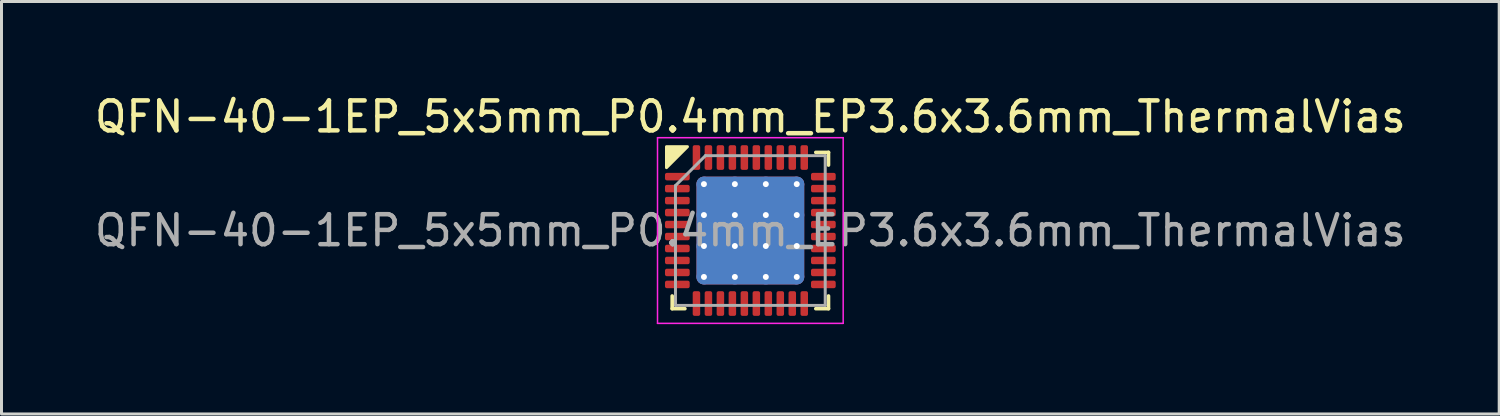
<source format=kicad_pcb>
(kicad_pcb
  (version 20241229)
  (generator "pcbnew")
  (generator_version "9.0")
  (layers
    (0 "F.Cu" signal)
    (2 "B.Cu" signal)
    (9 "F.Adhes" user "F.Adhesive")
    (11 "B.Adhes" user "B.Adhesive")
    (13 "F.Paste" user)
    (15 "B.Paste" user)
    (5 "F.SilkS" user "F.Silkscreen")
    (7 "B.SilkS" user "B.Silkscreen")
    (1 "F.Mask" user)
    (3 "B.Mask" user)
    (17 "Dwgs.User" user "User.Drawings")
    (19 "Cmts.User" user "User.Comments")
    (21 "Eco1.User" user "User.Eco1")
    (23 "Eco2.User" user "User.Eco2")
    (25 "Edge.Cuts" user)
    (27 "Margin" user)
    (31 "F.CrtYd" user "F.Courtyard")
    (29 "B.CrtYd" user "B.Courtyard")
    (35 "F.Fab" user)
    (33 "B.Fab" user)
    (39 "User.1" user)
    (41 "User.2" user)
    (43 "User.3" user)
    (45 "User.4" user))
  (footprint "QFN-40-1EP_5x5mm_P0.4mm_EP3.6x3.6mm_ThermalVias"
    (layer "F.Cu")
    (at 22.006 4.648)
    (property "Reference" "QFN-40-1EP_5x5mm_P0.4mm_EP3.6x3.6mm_ThermalVias" (at 0 -3.8 0) (layer "F.SilkS") (effects (font (size 1 1) (thickness 0.15))))
    (attr smd)
    (fp_line (start -2.61 2.61) (end -2.61 2.185) (stroke (width 0.12) (type solid)) (layer "F.SilkS"))
    (fp_line (start -2.185 2.61) (end -2.61 2.61) (stroke (width 0.12) (type solid)) (layer "F.SilkS"))
    (fp_line (start 2.185 -2.61) (end 2.61 -2.61) (stroke (width 0.12) (type solid)) (layer "F.SilkS"))
    (fp_line (start 2.185 2.61) (end 2.61 2.61) (stroke (width 0.12) (type solid)) (layer "F.SilkS"))
    (fp_line (start 2.61 -2.61) (end 2.61 -2.185) (stroke (width 0.12) (type solid)) (layer "F.SilkS"))
    (fp_line (start 2.61 2.61) (end 2.61 2.185) (stroke (width 0.12) (type solid)) (layer "F.SilkS"))
    (fp_poly (pts (xy -2.8 -2.1) (xy -2.8 -2.8) (xy -2.1 -2.8)) (stroke (width 0.1) (type solid)) (fill yes) (layer "F.SilkS"))
    (fp_line (start -3.1 -3.1) (end -3.1 3.1) (stroke (width 0.05) (type solid)) (layer "F.CrtYd"))
    (fp_line (start -3.1 3.1) (end 3.1 3.1) (stroke (width 0.05) (type solid)) (layer "F.CrtYd"))
    (fp_line (start 3.1 -3.1) (end -3.1 -3.1) (stroke (width 0.05) (type solid)) (layer "F.CrtYd"))
    (fp_line (start 3.1 3.1) (end 3.1 -3.1) (stroke (width 0.05) (type solid)) (layer "F.CrtYd"))
    (fp_line (start -2.5 -1.5) (end -1.5 -2.5) (stroke (width 0.1) (type solid)) (layer "F.Fab"))
    (fp_line (start -2.5 2.5) (end -2.5 -1.5) (stroke (width 0.1) (type solid)) (layer "F.Fab"))
    (fp_line (start -1.5 -2.5) (end 2.5 -2.5) (stroke (width 0.1) (type solid)) (layer "F.Fab"))
    (fp_line (start 2.5 -2.5) (end 2.5 2.5) (stroke (width 0.1) (type solid)) (layer "F.Fab"))
    (fp_line (start 2.5 2.5) (end -2.5 2.5) (stroke (width 0.1) (type solid)) (layer "F.Fab"))
    (fp_text user "${REFERENCE}" (at 0 0 0) (layer "F.Fab") (effects (font (size 1 1) (thickness 0.15))))
    (pad "" smd custom (at -1.033 -1.033) (size 0.803 0.803) (layers "F.Paste") (options (anchor circle)) (primitives (gr_poly (pts (xy -0.338 -0.233) (xy -0.233 -0.338) (xy 0.233 -0.338) (xy 0.338 -0.233) (xy 0.338 0.233) (xy 0.233 0.338) (xy -0.233 0.338) (xy -0.338 0.233)) (width 0.253) (fill yes))))
    (pad "" smd custom (at -1.033 0) (size 0.803 0.803) (layers "F.Paste") (options (anchor circle)) (primitives (gr_poly (pts (xy -0.338 -0.233) (xy -0.233 -0.338) (xy 0.233 -0.338) (xy 0.338 -0.233) (xy 0.338 0.233) (xy 0.233 0.338) (xy -0.233 0.338) (xy -0.338 0.233)) (width 0.253) (fill yes))))
    (pad "" smd custom (at -1.033 1.033) (size 0.803 0.803) (layers "F.Paste") (options (anchor circle)) (primitives (gr_poly (pts (xy -0.338 -0.233) (xy -0.233 -0.338) (xy 0.233 -0.338) (xy 0.338 -0.233) (xy 0.338 0.233) (xy 0.233 0.338) (xy -0.233 0.338) (xy -0.338 0.233)) (width 0.253) (fill yes))))
    (pad "" smd custom (at 0 -1.033) (size 0.803 0.803) (layers "F.Paste") (options (anchor circle)) (primitives (gr_poly (pts (xy -0.338 -0.233) (xy -0.233 -0.338) (xy 0.233 -0.338) (xy 0.338 -0.233) (xy 0.338 0.233) (xy 0.233 0.338) (xy -0.233 0.338) (xy -0.338 0.233)) (width 0.253) (fill yes))))
    (pad "" smd custom (at 0 0) (size 0.803 0.803) (layers "F.Paste") (options (anchor circle)) (primitives (gr_poly (pts (xy -0.338 -0.233) (xy -0.233 -0.338) (xy 0.233 -0.338) (xy 0.338 -0.233) (xy 0.338 0.233) (xy 0.233 0.338) (xy -0.233 0.338) (xy -0.338 0.233)) (width 0.253) (fill yes))))
    (pad "" smd custom (at 0 1.033) (size 0.803 0.803) (layers "F.Paste") (options (anchor circle)) (primitives (gr_poly (pts (xy -0.338 -0.233) (xy -0.233 -0.338) (xy 0.233 -0.338) (xy 0.338 -0.233) (xy 0.338 0.233) (xy 0.233 0.338) (xy -0.233 0.338) (xy -0.338 0.233)) (width 0.253) (fill yes))))
    (pad "" smd custom (at 1.033 -1.033) (size 0.803 0.803) (layers "F.Paste") (options (anchor circle)) (primitives (gr_poly (pts (xy -0.338 -0.233) (xy -0.233 -0.338) (xy 0.233 -0.338) (xy 0.338 -0.233) (xy 0.338 0.233) (xy 0.233 0.338) (xy -0.233 0.338) (xy -0.338 0.233)) (width 0.253) (fill yes))))
    (pad "" smd custom (at 1.033 0) (size 0.803 0.803) (layers "F.Paste") (options (anchor circle)) (primitives (gr_poly (pts (xy -0.338 -0.233) (xy -0.233 -0.338) (xy 0.233 -0.338) (xy 0.338 -0.233) (xy 0.338 0.233) (xy 0.233 0.338) (xy -0.233 0.338) (xy -0.338 0.233)) (width 0.253) (fill yes))))
    (pad "" smd custom (at 1.033 1.033) (size 0.803 0.803) (layers "F.Paste") (options (anchor circle)) (primitives (gr_poly (pts (xy -0.338 -0.233) (xy -0.233 -0.338) (xy 0.233 -0.338) (xy 0.338 -0.233) (xy 0.338 0.233) (xy 0.233 0.338) (xy -0.233 0.338) (xy -0.338 0.233)) (width 0.253) (fill yes))))
    (pad "1" smd roundrect (at -2.438 -1.8) (size 0.825 0.25) (layers "F.Cu" "F.Mask" "F.Paste") (roundrect_rratio 0.25))
    (pad "2" smd roundrect (at -2.438 -1.4) (size 0.825 0.25) (layers "F.Cu" "F.Mask" "F.Paste") (roundrect_rratio 0.25))
    (pad "3" smd roundrect (at -2.438 -1) (size 0.825 0.25) (layers "F.Cu" "F.Mask" "F.Paste") (roundrect_rratio 0.25))
    (pad "4" smd roundrect (at -2.438 -0.6) (size 0.825 0.25) (layers "F.Cu" "F.Mask" "F.Paste") (roundrect_rratio 0.25))
    (pad "5" smd roundrect (at -2.438 -0.2) (size 0.825 0.25) (layers "F.Cu" "F.Mask" "F.Paste") (roundrect_rratio 0.25))
    (pad "6" smd roundrect (at -2.438 0.2) (size 0.825 0.25) (layers "F.Cu" "F.Mask" "F.Paste") (roundrect_rratio 0.25))
    (pad "7" smd roundrect (at -2.438 0.6) (size 0.825 0.25) (layers "F.Cu" "F.Mask" "F.Paste") (roundrect_rratio 0.25))
    (pad "8" smd roundrect (at -2.438 1) (size 0.825 0.25) (layers "F.Cu" "F.Mask" "F.Paste") (roundrect_rratio 0.25))
    (pad "9" smd roundrect (at -2.438 1.4) (size 0.825 0.25) (layers "F.Cu" "F.Mask" "F.Paste") (roundrect_rratio 0.25))
    (pad "10" smd roundrect (at -2.438 1.8) (size 0.825 0.25) (layers "F.Cu" "F.Mask" "F.Paste") (roundrect_rratio 0.25))
    (pad "11" smd roundrect (at -1.8 2.438) (size 0.25 0.825) (layers "F.Cu" "F.Mask" "F.Paste") (roundrect_rratio 0.25))
    (pad "12" smd roundrect (at -1.4 2.438) (size 0.25 0.825) (layers "F.Cu" "F.Mask" "F.Paste") (roundrect_rratio 0.25))
    (pad "13" smd roundrect (at -1 2.438) (size 0.25 0.825) (layers "F.Cu" "F.Mask" "F.Paste") (roundrect_rratio 0.25))
    (pad "14" smd roundrect (at -0.6 2.438) (size 0.25 0.825) (layers "F.Cu" "F.Mask" "F.Paste") (roundrect_rratio 0.25))
    (pad "15" smd roundrect (at -0.2 2.438) (size 0.25 0.825) (layers "F.Cu" "F.Mask" "F.Paste") (roundrect_rratio 0.25))
    (pad "16" smd roundrect (at 0.2 2.438) (size 0.25 0.825) (layers "F.Cu" "F.Mask" "F.Paste") (roundrect_rratio 0.25))
    (pad "17" smd roundrect (at 0.6 2.438) (size 0.25 0.825) (layers "F.Cu" "F.Mask" "F.Paste") (roundrect_rratio 0.25))
    (pad "18" smd roundrect (at 1 2.438) (size 0.25 0.825) (layers "F.Cu" "F.Mask" "F.Paste") (roundrect_rratio 0.25))
    (pad "19" smd roundrect (at 1.4 2.438) (size 0.25 0.825) (layers "F.Cu" "F.Mask" "F.Paste") (roundrect_rratio 0.25))
    (pad "20" smd roundrect (at 1.8 2.438) (size 0.25 0.825) (layers "F.Cu" "F.Mask" "F.Paste") (roundrect_rratio 0.25))
    (pad "21" smd roundrect (at 2.438 1.8) (size 0.825 0.25) (layers "F.Cu" "F.Mask" "F.Paste") (roundrect_rratio 0.25))
    (pad "22" smd roundrect (at 2.438 1.4) (size 0.825 0.25) (layers "F.Cu" "F.Mask" "F.Paste") (roundrect_rratio 0.25))
    (pad "23" smd roundrect (at 2.438 1) (size 0.825 0.25) (layers "F.Cu" "F.Mask" "F.Paste") (roundrect_rratio 0.25))
    (pad "24" smd roundrect (at 2.438 0.6) (size 0.825 0.25) (layers "F.Cu" "F.Mask" "F.Paste") (roundrect_rratio 0.25))
    (pad "25" smd roundrect (at 2.438 0.2) (size 0.825 0.25) (layers "F.Cu" "F.Mask" "F.Paste") (roundrect_rratio 0.25))
    (pad "26" smd roundrect (at 2.438 -0.2) (size 0.825 0.25) (layers "F.Cu" "F.Mask" "F.Paste") (roundrect_rratio 0.25))
    (pad "27" smd roundrect (at 2.438 -0.6) (size 0.825 0.25) (layers "F.Cu" "F.Mask" "F.Paste") (roundrect_rratio 0.25))
    (pad "28" smd roundrect (at 2.438 -1) (size 0.825 0.25) (layers "F.Cu" "F.Mask" "F.Paste") (roundrect_rratio 0.25))
    (pad "29" smd roundrect (at 2.438 -1.4) (size 0.825 0.25) (layers "F.Cu" "F.Mask" "F.Paste") (roundrect_rratio 0.25))
    (pad "30" smd roundrect (at 2.438 -1.8) (size 0.825 0.25) (layers "F.Cu" "F.Mask" "F.Paste") (roundrect_rratio 0.25))
    (pad "31" smd roundrect (at 1.8 -2.438) (size 0.25 0.825) (layers "F.Cu" "F.Mask" "F.Paste") (roundrect_rratio 0.25))
    (pad "32" smd roundrect (at 1.4 -2.438) (size 0.25 0.825) (layers "F.Cu" "F.Mask" "F.Paste") (roundrect_rratio 0.25))
    (pad "33" smd roundrect (at 1 -2.438) (size 0.25 0.825) (layers "F.Cu" "F.Mask" "F.Paste") (roundrect_rratio 0.25))
    (pad "34" smd roundrect (at 0.6 -2.438) (size 0.25 0.825) (layers "F.Cu" "F.Mask" "F.Paste") (roundrect_rratio 0.25))
    (pad "35" smd roundrect (at 0.2 -2.438) (size 0.25 0.825) (layers "F.Cu" "F.Mask" "F.Paste") (roundrect_rratio 0.25))
    (pad "36" smd roundrect (at -0.2 -2.438) (size 0.25 0.825) (layers "F.Cu" "F.Mask" "F.Paste") (roundrect_rratio 0.25))
    (pad "37" smd roundrect (at -0.6 -2.438) (size 0.25 0.825) (layers "F.Cu" "F.Mask" "F.Paste") (roundrect_rratio 0.25))
    (pad "38" smd roundrect (at -1 -2.438) (size 0.25 0.825) (layers "F.Cu" "F.Mask" "F.Paste") (roundrect_rratio 0.25))
    (pad "39" smd roundrect (at -1.4 -2.438) (size 0.25 0.825) (layers "F.Cu" "F.Mask" "F.Paste") (roundrect_rratio 0.25))
    (pad "40" smd roundrect (at -1.8 -2.438) (size 0.25 0.825) (layers "F.Cu" "F.Mask" "F.Paste") (roundrect_rratio 0.25))
    (pad "41" thru_hole circle (at -1.55 -1.55) (size 0.5 0.5) (drill 0.2) (layers "*.Cu"))
    (pad "41" thru_hole circle (at -1.55 -0.517) (size 0.5 0.5) (drill 0.2) (layers "*.Cu"))
    (pad "41" thru_hole circle (at -1.55 0.517) (size 0.5 0.5) (drill 0.2) (layers "*.Cu"))
    (pad "41" thru_hole circle (at -1.55 1.55) (size 0.5 0.5) (drill 0.2) (layers "*.Cu"))
    (pad "41" thru_hole circle (at -0.517 -1.55) (size 0.5 0.5) (drill 0.2) (layers "*.Cu"))
    (pad "41" thru_hole circle (at -0.517 -0.517) (size 0.5 0.5) (drill 0.2) (layers "*.Cu"))
    (pad "41" thru_hole circle (at -0.517 0.517) (size 0.5 0.5) (drill 0.2) (layers "*.Cu"))
    (pad "41" thru_hole circle (at -0.517 1.55) (size 0.5 0.5) (drill 0.2) (layers "*.Cu"))
    (pad "41" smd roundrect (at 0 0) (size 3.6 3.6) (layers "F.Cu" "F.Mask") (roundrect_rratio 0.069))
    (pad "41" smd roundrect (at 0 0) (size 3.6 3.6) (layers "B.Cu") (roundrect_rratio 0.069))
    (pad "41" thru_hole circle (at 0.517 -1.55) (size 0.5 0.5) (drill 0.2) (layers "*.Cu"))
    (pad "41" thru_hole circle (at 0.517 -0.517) (size 0.5 0.5) (drill 0.2) (layers "*.Cu"))
    (pad "41" thru_hole circle (at 0.517 0.517) (size 0.5 0.5) (drill 0.2) (layers "*.Cu"))
    (pad "41" thru_hole circle (at 0.517 1.55) (size 0.5 0.5) (drill 0.2) (layers "*.Cu"))
    (pad "41" thru_hole circle (at 1.55 -1.55) (size 0.5 0.5) (drill 0.2) (layers "*.Cu"))
    (pad "41" thru_hole circle (at 1.55 -0.517) (size 0.5 0.5) (drill 0.2) (layers "*.Cu"))
    (pad "41" thru_hole circle (at 1.55 0.517) (size 0.5 0.5) (drill 0.2) (layers "*.Cu"))
    (pad "41" thru_hole circle (at 1.55 1.55) (size 0.5 0.5) (drill 0.2) (layers "*.Cu")))
  (gr_rect
    (start -3 -3)
    (end 47.012 10.773)
    (stroke (width 0.1) (type default))
    (fill no)
    (layer "Edge.Cuts")))
</source>
